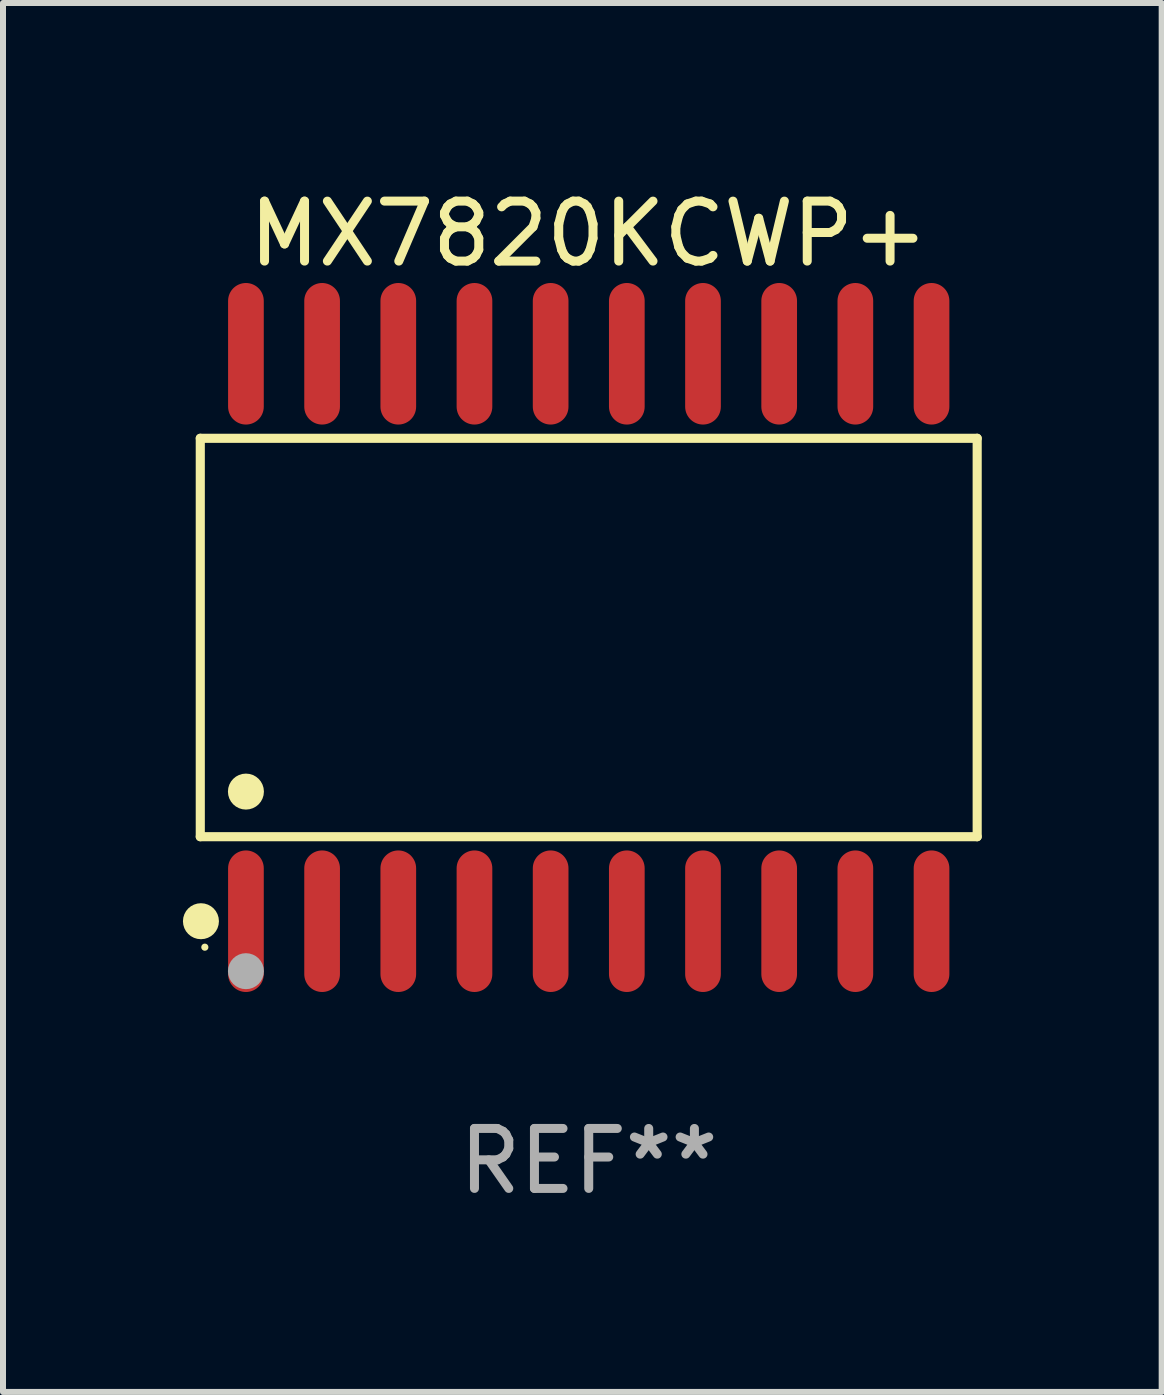
<source format=kicad_pcb>
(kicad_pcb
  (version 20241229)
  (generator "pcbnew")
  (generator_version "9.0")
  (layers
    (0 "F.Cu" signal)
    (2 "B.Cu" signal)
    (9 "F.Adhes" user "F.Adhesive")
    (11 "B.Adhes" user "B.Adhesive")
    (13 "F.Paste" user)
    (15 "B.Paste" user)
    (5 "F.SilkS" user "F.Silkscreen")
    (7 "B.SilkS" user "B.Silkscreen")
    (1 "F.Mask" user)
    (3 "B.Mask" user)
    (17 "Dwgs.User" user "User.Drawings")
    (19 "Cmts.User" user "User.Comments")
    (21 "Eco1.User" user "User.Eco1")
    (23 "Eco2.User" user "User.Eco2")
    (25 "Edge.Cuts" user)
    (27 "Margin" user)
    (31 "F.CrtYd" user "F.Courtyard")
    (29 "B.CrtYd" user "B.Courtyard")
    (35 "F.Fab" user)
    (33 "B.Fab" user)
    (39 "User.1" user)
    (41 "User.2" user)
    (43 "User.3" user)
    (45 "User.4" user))
  (footprint "MX7820KCWP+"
    (layer "F.Cu")
    (at 6.765 7.578)
    (property "Reference" "MX7820KCWP+" (at 0 -6.73 0) (layer "F.SilkS") (effects (font (size 1 1) (thickness 0.15))))
    (attr through_hole)
    (fp_line (start -6.476 -3.321) (end 6.476 -3.321) (stroke (width 0.152) (type solid)) (layer "F.SilkS"))
    (fp_line (start -6.476 3.321) (end -6.476 -3.321) (stroke (width 0.152) (type solid)) (layer "F.SilkS"))
    (fp_line (start 6.476 -3.321) (end 6.476 3.321) (stroke (width 0.152) (type solid)) (layer "F.SilkS"))
    (fp_line (start 6.476 3.321) (end -6.476 3.321) (stroke (width 0.152) (type solid)) (layer "F.SilkS"))
    (fp_circle (center -6.465 4.73) (end -6.315 4.73) (stroke (width 0.3) (type solid)) (fill no) (layer "F.SilkS"))
    (fp_circle (center -6.4 5.163) (end -6.37 5.163) (stroke (width 0.06) (type solid)) (fill no) (layer "F.SilkS"))
    (fp_circle (center -5.715 2.569) (end -5.565 2.569) (stroke (width 0.3) (type solid)) (fill no) (layer "F.SilkS"))
    (fp_circle (center -5.715 5.563) (end -5.565 5.563) (stroke (width 0.3) (type solid)) (fill no) (layer "F.Fab"))
    (fp_text user "REF**" (at 0 8.73 0) (layer "F.Fab") (effects (font (size 1 1) (thickness 0.15))))
    (pad "1" smd oval (at -5.715 4.73) (size 0.595 2.36) (layers "F.Cu" "F.Mask" "F.Paste"))
    (pad "2" smd oval (at -4.445 4.73) (size 0.595 2.36) (layers "F.Cu" "F.Mask" "F.Paste"))
    (pad "3" smd oval (at -3.175 4.73) (size 0.595 2.36) (layers "F.Cu" "F.Mask" "F.Paste"))
    (pad "4" smd oval (at -1.905 4.73) (size 0.595 2.36) (layers "F.Cu" "F.Mask" "F.Paste"))
    (pad "5" smd oval (at -0.635 4.73) (size 0.595 2.36) (layers "F.Cu" "F.Mask" "F.Paste"))
    (pad "6" smd oval (at 0.635 4.73) (size 0.595 2.36) (layers "F.Cu" "F.Mask" "F.Paste"))
    (pad "7" smd oval (at 1.905 4.73) (size 0.595 2.36) (layers "F.Cu" "F.Mask" "F.Paste"))
    (pad "8" smd oval (at 3.175 4.73) (size 0.595 2.36) (layers "F.Cu" "F.Mask" "F.Paste"))
    (pad "9" smd oval (at 4.445 4.73) (size 0.595 2.36) (layers "F.Cu" "F.Mask" "F.Paste"))
    (pad "10" smd oval (at 5.715 4.73) (size 0.595 2.36) (layers "F.Cu" "F.Mask" "F.Paste"))
    (pad "11" smd oval (at 5.715 -4.73) (size 0.595 2.36) (layers "F.Cu" "F.Mask" "F.Paste"))
    (pad "12" smd oval (at 4.445 -4.73) (size 0.595 2.36) (layers "F.Cu" "F.Mask" "F.Paste"))
    (pad "13" smd oval (at 3.175 -4.73) (size 0.595 2.36) (layers "F.Cu" "F.Mask" "F.Paste"))
    (pad "14" smd oval (at 1.905 -4.73) (size 0.595 2.36) (layers "F.Cu" "F.Mask" "F.Paste"))
    (pad "15" smd oval (at 0.635 -4.73) (size 0.595 2.36) (layers "F.Cu" "F.Mask" "F.Paste"))
    (pad "16" smd oval (at -0.635 -4.73) (size 0.595 2.36) (layers "F.Cu" "F.Mask" "F.Paste"))
    (pad "17" smd oval (at -1.905 -4.73) (size 0.595 2.36) (layers "F.Cu" "F.Mask" "F.Paste"))
    (pad "18" smd oval (at -3.175 -4.73) (size 0.595 2.36) (layers "F.Cu" "F.Mask" "F.Paste"))
    (pad "19" smd oval (at -4.445 -4.73) (size 0.595 2.36) (layers "F.Cu" "F.Mask" "F.Paste"))
    (pad "20" smd oval (at -5.715 -4.73) (size 0.595 2.36) (layers "F.Cu" "F.Mask" "F.Paste")))
  (gr_rect
    (start -3 -3)
    (end 16.317 20.156)
    (stroke (width 0.1) (type default))
    (fill no)
    (layer "Edge.Cuts")))
</source>
